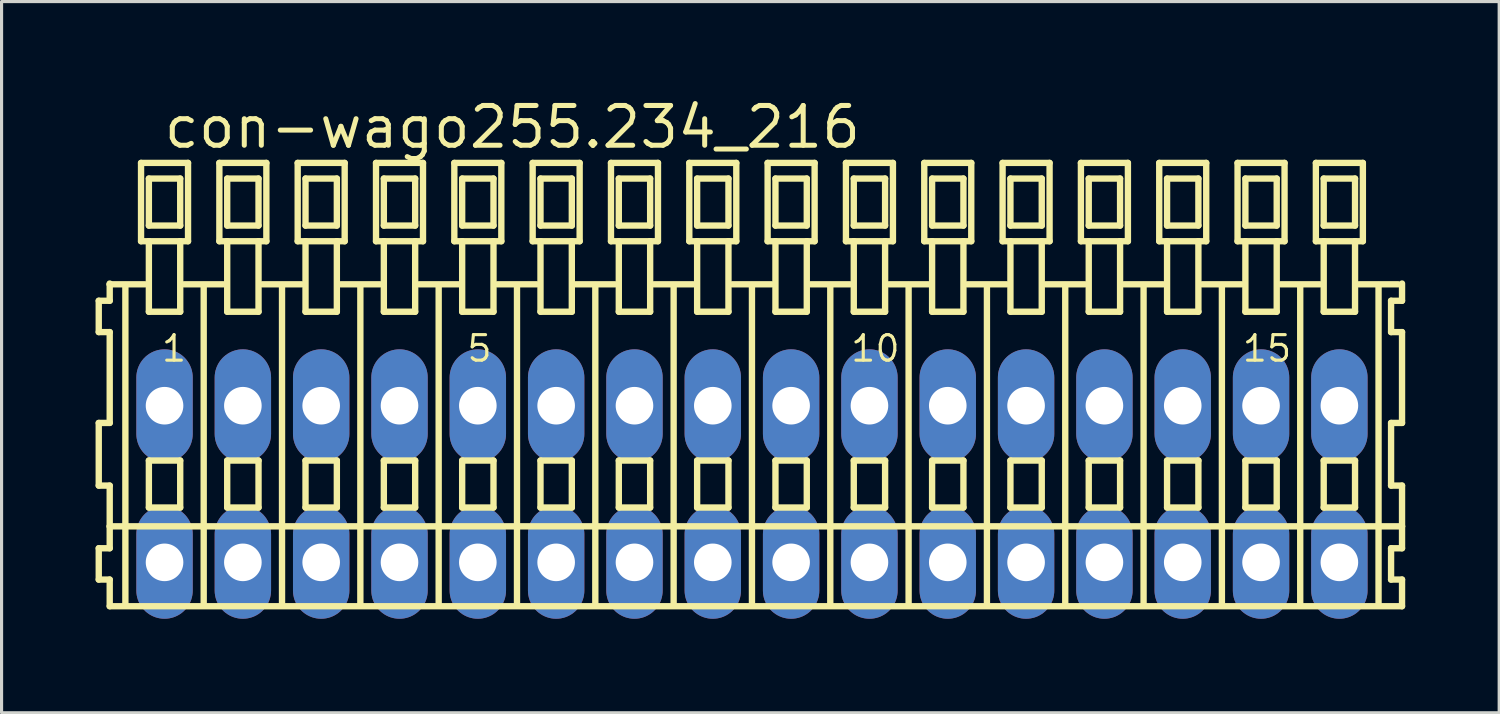
<source format=kicad_pcb>
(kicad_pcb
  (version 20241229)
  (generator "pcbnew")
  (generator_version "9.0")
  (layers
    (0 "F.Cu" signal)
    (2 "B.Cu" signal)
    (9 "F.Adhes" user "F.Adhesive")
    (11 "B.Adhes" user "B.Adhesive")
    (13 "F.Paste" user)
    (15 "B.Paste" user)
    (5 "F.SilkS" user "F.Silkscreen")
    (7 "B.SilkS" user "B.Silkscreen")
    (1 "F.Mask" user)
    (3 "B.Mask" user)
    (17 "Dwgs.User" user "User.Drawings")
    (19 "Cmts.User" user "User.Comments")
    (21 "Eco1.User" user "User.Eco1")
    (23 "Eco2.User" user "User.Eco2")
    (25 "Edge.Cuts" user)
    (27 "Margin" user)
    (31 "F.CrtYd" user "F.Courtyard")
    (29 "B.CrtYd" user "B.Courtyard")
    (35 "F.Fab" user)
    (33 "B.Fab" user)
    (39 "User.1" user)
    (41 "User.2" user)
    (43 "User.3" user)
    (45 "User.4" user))
  (footprint "con-wago255.234_216"
    (layer "F.Cu")
    (at 20.952 12.4)
    (property "Reference" "con-wago255.234_216" (at -18.85 -10.65 0) (layer "F.SilkS") (effects (font (size 1.27 1.27) (thickness 0.16)) (justify left bottom)))
    (attr through_hole)
    (fp_line (start -20.85 -5.85) (end -20.85 -4.85) (stroke (width 0.203) (type default)) (layer "F.SilkS"))
    (fp_line (start -20.85 -4.85) (end -20.5 -4.85) (stroke (width 0.203) (type default)) (layer "F.SilkS"))
    (fp_line (start -20.85 -1.95) (end -20.85 0.05) (stroke (width 0.203) (type default)) (layer "F.SilkS"))
    (fp_line (start -20.85 0.05) (end -20.5 0.05) (stroke (width 0.203) (type default)) (layer "F.SilkS"))
    (fp_line (start -20.85 2.05) (end -20.85 3.05) (stroke (width 0.203) (type default)) (layer "F.SilkS"))
    (fp_line (start -20.85 3.05) (end -20.5 3.05) (stroke (width 0.203) (type default)) (layer "F.SilkS"))
    (fp_line (start -20.5 -6.4) (end -20.5 -6.375) (stroke (width 0.203) (type default)) (layer "F.SilkS"))
    (fp_line (start -20.5 -6.375) (end -20.5 -5.85) (stroke (width 0.203) (type default)) (layer "F.SilkS"))
    (fp_line (start -20.5 -6.375) (end -19.375 -6.375) (stroke (width 0.203) (type default)) (layer "F.SilkS"))
    (fp_line (start -20.5 -5.85) (end -20.85 -5.85) (stroke (width 0.203) (type default)) (layer "F.SilkS"))
    (fp_line (start -20.5 -4.85) (end -20.5 -1.95) (stroke (width 0.203) (type default)) (layer "F.SilkS"))
    (fp_line (start -20.5 -1.95) (end -20.85 -1.95) (stroke (width 0.203) (type default)) (layer "F.SilkS"))
    (fp_line (start -20.5 0.05) (end -20.5 1.35) (stroke (width 0.203) (type default)) (layer "F.SilkS"))
    (fp_line (start -20.5 1.35) (end -20.5 2.05) (stroke (width 0.203) (type default)) (layer "F.SilkS"))
    (fp_line (start -20.5 1.35) (end 20.75 1.35) (stroke (width 0.203) (type default)) (layer "F.SilkS"))
    (fp_line (start -20.5 2.05) (end -20.85 2.05) (stroke (width 0.203) (type default)) (layer "F.SilkS"))
    (fp_line (start -20.5 3.05) (end -20.5 3.9) (stroke (width 0.203) (type default)) (layer "F.SilkS"))
    (fp_line (start -20.5 3.9) (end 20.75 3.9) (stroke (width 0.203) (type default)) (layer "F.SilkS"))
    (fp_line (start -20 -6.35) (end -20 3.8) (stroke (width 0.203) (type default)) (layer "F.SilkS"))
    (fp_line (start -19.5 -10.25) (end -19.5 -7.75) (stroke (width 0.203) (type default)) (layer "F.SilkS"))
    (fp_line (start -19.5 -7.75) (end -19.25 -7.75) (stroke (width 0.203) (type default)) (layer "F.SilkS"))
    (fp_line (start -19.25 -9.75) (end -19.25 -8.25) (stroke (width 0.203) (type default)) (layer "F.SilkS"))
    (fp_line (start -19.25 -8.25) (end -18.25 -8.25) (stroke (width 0.203) (type default)) (layer "F.SilkS"))
    (fp_line (start -19.25 -7.75) (end -19.25 -5.5) (stroke (width 0.203) (type default)) (layer "F.SilkS"))
    (fp_line (start -19.25 -7.75) (end -18.25 -7.75) (stroke (width 0.203) (type default)) (layer "F.SilkS"))
    (fp_line (start -19.25 -5.5) (end -18.25 -5.5) (stroke (width 0.203) (type default)) (layer "F.SilkS"))
    (fp_line (start -19.25 -0.75) (end -19.25 0.75) (stroke (width 0.203) (type default)) (layer "F.SilkS"))
    (fp_line (start -19.25 0.75) (end -18.25 0.75) (stroke (width 0.203) (type default)) (layer "F.SilkS"))
    (fp_line (start -18.25 -9.75) (end -19.25 -9.75) (stroke (width 0.203) (type default)) (layer "F.SilkS"))
    (fp_line (start -18.25 -8.25) (end -18.25 -9.75) (stroke (width 0.203) (type default)) (layer "F.SilkS"))
    (fp_line (start -18.25 -7.75) (end -18 -7.75) (stroke (width 0.203) (type default)) (layer "F.SilkS"))
    (fp_line (start -18.25 -5.5) (end -18.25 -7.75) (stroke (width 0.203) (type default)) (layer "F.SilkS"))
    (fp_line (start -18.25 -0.75) (end -19.25 -0.75) (stroke (width 0.203) (type default)) (layer "F.SilkS"))
    (fp_line (start -18.25 0.75) (end -18.25 -0.75) (stroke (width 0.203) (type default)) (layer "F.SilkS"))
    (fp_line (start -18.125 -6.375) (end -16.875 -6.375) (stroke (width 0.203) (type default)) (layer "F.SilkS"))
    (fp_line (start -18 -10.25) (end -19.5 -10.25) (stroke (width 0.203) (type default)) (layer "F.SilkS"))
    (fp_line (start -18 -7.75) (end -18 -10.25) (stroke (width 0.203) (type default)) (layer "F.SilkS"))
    (fp_line (start -17.5 -6.35) (end -17.5 3.8) (stroke (width 0.203) (type default)) (layer "F.SilkS"))
    (fp_line (start -17 -10.25) (end -17 -7.75) (stroke (width 0.203) (type default)) (layer "F.SilkS"))
    (fp_line (start -17 -7.75) (end -16.75 -7.75) (stroke (width 0.203) (type default)) (layer "F.SilkS"))
    (fp_line (start -16.75 -9.75) (end -16.75 -8.25) (stroke (width 0.203) (type default)) (layer "F.SilkS"))
    (fp_line (start -16.75 -8.25) (end -15.75 -8.25) (stroke (width 0.203) (type default)) (layer "F.SilkS"))
    (fp_line (start -16.75 -7.75) (end -16.75 -5.5) (stroke (width 0.203) (type default)) (layer "F.SilkS"))
    (fp_line (start -16.75 -7.75) (end -15.75 -7.75) (stroke (width 0.203) (type default)) (layer "F.SilkS"))
    (fp_line (start -16.75 -5.5) (end -15.75 -5.5) (stroke (width 0.203) (type default)) (layer "F.SilkS"))
    (fp_line (start -16.75 -0.75) (end -16.75 0.75) (stroke (width 0.203) (type default)) (layer "F.SilkS"))
    (fp_line (start -16.75 0.75) (end -15.75 0.75) (stroke (width 0.203) (type default)) (layer "F.SilkS"))
    (fp_line (start -15.75 -9.75) (end -16.75 -9.75) (stroke (width 0.203) (type default)) (layer "F.SilkS"))
    (fp_line (start -15.75 -8.25) (end -15.75 -9.75) (stroke (width 0.203) (type default)) (layer "F.SilkS"))
    (fp_line (start -15.75 -7.75) (end -15.5 -7.75) (stroke (width 0.203) (type default)) (layer "F.SilkS"))
    (fp_line (start -15.75 -5.5) (end -15.75 -7.75) (stroke (width 0.203) (type default)) (layer "F.SilkS"))
    (fp_line (start -15.75 -0.75) (end -16.75 -0.75) (stroke (width 0.203) (type default)) (layer "F.SilkS"))
    (fp_line (start -15.75 0.75) (end -15.75 -0.75) (stroke (width 0.203) (type default)) (layer "F.SilkS"))
    (fp_line (start -15.625 -6.375) (end -14.375 -6.375) (stroke (width 0.203) (type default)) (layer "F.SilkS"))
    (fp_line (start -15.5 -10.25) (end -17 -10.25) (stroke (width 0.203) (type default)) (layer "F.SilkS"))
    (fp_line (start -15.5 -7.75) (end -15.5 -10.25) (stroke (width 0.203) (type default)) (layer "F.SilkS"))
    (fp_line (start -15 -6.35) (end -15 3.8) (stroke (width 0.203) (type default)) (layer "F.SilkS"))
    (fp_line (start -14.5 -10.25) (end -14.5 -7.75) (stroke (width 0.203) (type default)) (layer "F.SilkS"))
    (fp_line (start -14.5 -7.75) (end -14.25 -7.75) (stroke (width 0.203) (type default)) (layer "F.SilkS"))
    (fp_line (start -14.25 -9.75) (end -14.25 -8.25) (stroke (width 0.203) (type default)) (layer "F.SilkS"))
    (fp_line (start -14.25 -8.25) (end -13.25 -8.25) (stroke (width 0.203) (type default)) (layer "F.SilkS"))
    (fp_line (start -14.25 -7.75) (end -14.25 -5.5) (stroke (width 0.203) (type default)) (layer "F.SilkS"))
    (fp_line (start -14.25 -7.75) (end -13.25 -7.75) (stroke (width 0.203) (type default)) (layer "F.SilkS"))
    (fp_line (start -14.25 -5.5) (end -13.25 -5.5) (stroke (width 0.203) (type default)) (layer "F.SilkS"))
    (fp_line (start -14.25 -0.75) (end -14.25 0.75) (stroke (width 0.203) (type default)) (layer "F.SilkS"))
    (fp_line (start -14.25 0.75) (end -13.25 0.75) (stroke (width 0.203) (type default)) (layer "F.SilkS"))
    (fp_line (start -13.25 -9.75) (end -14.25 -9.75) (stroke (width 0.203) (type default)) (layer "F.SilkS"))
    (fp_line (start -13.25 -8.25) (end -13.25 -9.75) (stroke (width 0.203) (type default)) (layer "F.SilkS"))
    (fp_line (start -13.25 -7.75) (end -13 -7.75) (stroke (width 0.203) (type default)) (layer "F.SilkS"))
    (fp_line (start -13.25 -5.5) (end -13.25 -7.75) (stroke (width 0.203) (type default)) (layer "F.SilkS"))
    (fp_line (start -13.25 -0.75) (end -14.25 -0.75) (stroke (width 0.203) (type default)) (layer "F.SilkS"))
    (fp_line (start -13.25 0.75) (end -13.25 -0.75) (stroke (width 0.203) (type default)) (layer "F.SilkS"))
    (fp_line (start -13.125 -6.375) (end -11.875 -6.375) (stroke (width 0.203) (type default)) (layer "F.SilkS"))
    (fp_line (start -13 -10.25) (end -14.5 -10.25) (stroke (width 0.203) (type default)) (layer "F.SilkS"))
    (fp_line (start -13 -7.75) (end -13 -10.25) (stroke (width 0.203) (type default)) (layer "F.SilkS"))
    (fp_line (start -12.5 -6.35) (end -12.5 3.8) (stroke (width 0.203) (type default)) (layer "F.SilkS"))
    (fp_line (start -12 -10.25) (end -12 -7.75) (stroke (width 0.203) (type default)) (layer "F.SilkS"))
    (fp_line (start -12 -7.75) (end -11.75 -7.75) (stroke (width 0.203) (type default)) (layer "F.SilkS"))
    (fp_line (start -11.75 -9.75) (end -11.75 -8.25) (stroke (width 0.203) (type default)) (layer "F.SilkS"))
    (fp_line (start -11.75 -8.25) (end -10.75 -8.25) (stroke (width 0.203) (type default)) (layer "F.SilkS"))
    (fp_line (start -11.75 -7.75) (end -11.75 -5.5) (stroke (width 0.203) (type default)) (layer "F.SilkS"))
    (fp_line (start -11.75 -7.75) (end -10.75 -7.75) (stroke (width 0.203) (type default)) (layer "F.SilkS"))
    (fp_line (start -11.75 -5.5) (end -10.75 -5.5) (stroke (width 0.203) (type default)) (layer "F.SilkS"))
    (fp_line (start -11.75 -0.75) (end -11.75 0.75) (stroke (width 0.203) (type default)) (layer "F.SilkS"))
    (fp_line (start -11.75 0.75) (end -10.75 0.75) (stroke (width 0.203) (type default)) (layer "F.SilkS"))
    (fp_line (start -10.75 -9.75) (end -11.75 -9.75) (stroke (width 0.203) (type default)) (layer "F.SilkS"))
    (fp_line (start -10.75 -8.25) (end -10.75 -9.75) (stroke (width 0.203) (type default)) (layer "F.SilkS"))
    (fp_line (start -10.75 -7.75) (end -10.5 -7.75) (stroke (width 0.203) (type default)) (layer "F.SilkS"))
    (fp_line (start -10.75 -5.5) (end -10.75 -7.75) (stroke (width 0.203) (type default)) (layer "F.SilkS"))
    (fp_line (start -10.75 -0.75) (end -11.75 -0.75) (stroke (width 0.203) (type default)) (layer "F.SilkS"))
    (fp_line (start -10.75 0.75) (end -10.75 -0.75) (stroke (width 0.203) (type default)) (layer "F.SilkS"))
    (fp_line (start -10.625 -6.375) (end -9.375 -6.375) (stroke (width 0.203) (type default)) (layer "F.SilkS"))
    (fp_line (start -10.5 -10.25) (end -12 -10.25) (stroke (width 0.203) (type default)) (layer "F.SilkS"))
    (fp_line (start -10.5 -7.75) (end -10.5 -10.25) (stroke (width 0.203) (type default)) (layer "F.SilkS"))
    (fp_line (start -10 -6.35) (end -10 3.8) (stroke (width 0.203) (type default)) (layer "F.SilkS"))
    (fp_line (start -9.5 -10.25) (end -9.5 -7.75) (stroke (width 0.203) (type default)) (layer "F.SilkS"))
    (fp_line (start -9.5 -7.75) (end -9.25 -7.75) (stroke (width 0.203) (type default)) (layer "F.SilkS"))
    (fp_line (start -9.25 -9.75) (end -9.25 -8.25) (stroke (width 0.203) (type default)) (layer "F.SilkS"))
    (fp_line (start -9.25 -8.25) (end -8.25 -8.25) (stroke (width 0.203) (type default)) (layer "F.SilkS"))
    (fp_line (start -9.25 -7.75) (end -9.25 -5.5) (stroke (width 0.203) (type default)) (layer "F.SilkS"))
    (fp_line (start -9.25 -7.75) (end -8.25 -7.75) (stroke (width 0.203) (type default)) (layer "F.SilkS"))
    (fp_line (start -9.25 -5.5) (end -8.25 -5.5) (stroke (width 0.203) (type default)) (layer "F.SilkS"))
    (fp_line (start -9.25 -0.75) (end -9.25 0.75) (stroke (width 0.203) (type default)) (layer "F.SilkS"))
    (fp_line (start -9.25 0.75) (end -8.25 0.75) (stroke (width 0.203) (type default)) (layer "F.SilkS"))
    (fp_line (start -8.25 -9.75) (end -9.25 -9.75) (stroke (width 0.203) (type default)) (layer "F.SilkS"))
    (fp_line (start -8.25 -8.25) (end -8.25 -9.75) (stroke (width 0.203) (type default)) (layer "F.SilkS"))
    (fp_line (start -8.25 -7.75) (end -8 -7.75) (stroke (width 0.203) (type default)) (layer "F.SilkS"))
    (fp_line (start -8.25 -5.5) (end -8.25 -7.75) (stroke (width 0.203) (type default)) (layer "F.SilkS"))
    (fp_line (start -8.25 -0.75) (end -9.25 -0.75) (stroke (width 0.203) (type default)) (layer "F.SilkS"))
    (fp_line (start -8.25 0.75) (end -8.25 -0.75) (stroke (width 0.203) (type default)) (layer "F.SilkS"))
    (fp_line (start -8.125 -6.375) (end -6.875 -6.375) (stroke (width 0.203) (type default)) (layer "F.SilkS"))
    (fp_line (start -8 -10.25) (end -9.5 -10.25) (stroke (width 0.203) (type default)) (layer "F.SilkS"))
    (fp_line (start -8 -7.75) (end -8 -10.25) (stroke (width 0.203) (type default)) (layer "F.SilkS"))
    (fp_line (start -7.5 -6.35) (end -7.5 3.8) (stroke (width 0.203) (type default)) (layer "F.SilkS"))
    (fp_line (start -7 -10.25) (end -7 -7.75) (stroke (width 0.203) (type default)) (layer "F.SilkS"))
    (fp_line (start -7 -7.75) (end -6.75 -7.75) (stroke (width 0.203) (type default)) (layer "F.SilkS"))
    (fp_line (start -6.75 -9.75) (end -6.75 -8.25) (stroke (width 0.203) (type default)) (layer "F.SilkS"))
    (fp_line (start -6.75 -8.25) (end -5.75 -8.25) (stroke (width 0.203) (type default)) (layer "F.SilkS"))
    (fp_line (start -6.75 -7.75) (end -6.75 -5.5) (stroke (width 0.203) (type default)) (layer "F.SilkS"))
    (fp_line (start -6.75 -7.75) (end -5.75 -7.75) (stroke (width 0.203) (type default)) (layer "F.SilkS"))
    (fp_line (start -6.75 -5.5) (end -5.75 -5.5) (stroke (width 0.203) (type default)) (layer "F.SilkS"))
    (fp_line (start -6.75 -0.75) (end -6.75 0.75) (stroke (width 0.203) (type default)) (layer "F.SilkS"))
    (fp_line (start -6.75 0.75) (end -5.75 0.75) (stroke (width 0.203) (type default)) (layer "F.SilkS"))
    (fp_line (start -5.75 -9.75) (end -6.75 -9.75) (stroke (width 0.203) (type default)) (layer "F.SilkS"))
    (fp_line (start -5.75 -8.25) (end -5.75 -9.75) (stroke (width 0.203) (type default)) (layer "F.SilkS"))
    (fp_line (start -5.75 -7.75) (end -5.5 -7.75) (stroke (width 0.203) (type default)) (layer "F.SilkS"))
    (fp_line (start -5.75 -5.5) (end -5.75 -7.75) (stroke (width 0.203) (type default)) (layer "F.SilkS"))
    (fp_line (start -5.75 -0.75) (end -6.75 -0.75) (stroke (width 0.203) (type default)) (layer "F.SilkS"))
    (fp_line (start -5.75 0.75) (end -5.75 -0.75) (stroke (width 0.203) (type default)) (layer "F.SilkS"))
    (fp_line (start -5.625 -6.375) (end -4.375 -6.375) (stroke (width 0.203) (type default)) (layer "F.SilkS"))
    (fp_line (start -5.5 -10.25) (end -7 -10.25) (stroke (width 0.203) (type default)) (layer "F.SilkS"))
    (fp_line (start -5.5 -7.75) (end -5.5 -10.25) (stroke (width 0.203) (type default)) (layer "F.SilkS"))
    (fp_line (start -5 -6.35) (end -5 3.8) (stroke (width 0.203) (type default)) (layer "F.SilkS"))
    (fp_line (start -4.5 -10.25) (end -4.5 -7.75) (stroke (width 0.203) (type default)) (layer "F.SilkS"))
    (fp_line (start -4.5 -7.75) (end -4.25 -7.75) (stroke (width 0.203) (type default)) (layer "F.SilkS"))
    (fp_line (start -4.25 -9.75) (end -4.25 -8.25) (stroke (width 0.203) (type default)) (layer "F.SilkS"))
    (fp_line (start -4.25 -8.25) (end -3.25 -8.25) (stroke (width 0.203) (type default)) (layer "F.SilkS"))
    (fp_line (start -4.25 -7.75) (end -4.25 -5.5) (stroke (width 0.203) (type default)) (layer "F.SilkS"))
    (fp_line (start -4.25 -7.75) (end -3.25 -7.75) (stroke (width 0.203) (type default)) (layer "F.SilkS"))
    (fp_line (start -4.25 -5.5) (end -3.25 -5.5) (stroke (width 0.203) (type default)) (layer "F.SilkS"))
    (fp_line (start -4.25 -0.75) (end -4.25 0.75) (stroke (width 0.203) (type default)) (layer "F.SilkS"))
    (fp_line (start -4.25 0.75) (end -3.25 0.75) (stroke (width 0.203) (type default)) (layer "F.SilkS"))
    (fp_line (start -3.25 -9.75) (end -4.25 -9.75) (stroke (width 0.203) (type default)) (layer "F.SilkS"))
    (fp_line (start -3.25 -8.25) (end -3.25 -9.75) (stroke (width 0.203) (type default)) (layer "F.SilkS"))
    (fp_line (start -3.25 -7.75) (end -3 -7.75) (stroke (width 0.203) (type default)) (layer "F.SilkS"))
    (fp_line (start -3.25 -5.5) (end -3.25 -7.75) (stroke (width 0.203) (type default)) (layer "F.SilkS"))
    (fp_line (start -3.25 -0.75) (end -4.25 -0.75) (stroke (width 0.203) (type default)) (layer "F.SilkS"))
    (fp_line (start -3.25 0.75) (end -3.25 -0.75) (stroke (width 0.203) (type default)) (layer "F.SilkS"))
    (fp_line (start -3.125 -6.375) (end -1.875 -6.375) (stroke (width 0.203) (type default)) (layer "F.SilkS"))
    (fp_line (start -3 -10.25) (end -4.5 -10.25) (stroke (width 0.203) (type default)) (layer "F.SilkS"))
    (fp_line (start -3 -7.75) (end -3 -10.25) (stroke (width 0.203) (type default)) (layer "F.SilkS"))
    (fp_line (start -2.5 -6.35) (end -2.5 3.8) (stroke (width 0.203) (type default)) (layer "F.SilkS"))
    (fp_line (start -2 -10.25) (end -2 -7.75) (stroke (width 0.203) (type default)) (layer "F.SilkS"))
    (fp_line (start -2 -7.75) (end -1.75 -7.75) (stroke (width 0.203) (type default)) (layer "F.SilkS"))
    (fp_line (start -1.75 -9.75) (end -1.75 -8.25) (stroke (width 0.203) (type default)) (layer "F.SilkS"))
    (fp_line (start -1.75 -8.25) (end -0.75 -8.25) (stroke (width 0.203) (type default)) (layer "F.SilkS"))
    (fp_line (start -1.75 -7.75) (end -1.75 -5.5) (stroke (width 0.203) (type default)) (layer "F.SilkS"))
    (fp_line (start -1.75 -7.75) (end -0.75 -7.75) (stroke (width 0.203) (type default)) (layer "F.SilkS"))
    (fp_line (start -1.75 -5.5) (end -0.75 -5.5) (stroke (width 0.203) (type default)) (layer "F.SilkS"))
    (fp_line (start -1.75 -0.75) (end -1.75 0.75) (stroke (width 0.203) (type default)) (layer "F.SilkS"))
    (fp_line (start -1.75 0.75) (end -0.75 0.75) (stroke (width 0.203) (type default)) (layer "F.SilkS"))
    (fp_line (start -0.75 -9.75) (end -1.75 -9.75) (stroke (width 0.203) (type default)) (layer "F.SilkS"))
    (fp_line (start -0.75 -8.25) (end -0.75 -9.75) (stroke (width 0.203) (type default)) (layer "F.SilkS"))
    (fp_line (start -0.75 -7.75) (end -0.5 -7.75) (stroke (width 0.203) (type default)) (layer "F.SilkS"))
    (fp_line (start -0.75 -5.5) (end -0.75 -7.75) (stroke (width 0.203) (type default)) (layer "F.SilkS"))
    (fp_line (start -0.75 -0.75) (end -1.75 -0.75) (stroke (width 0.203) (type default)) (layer "F.SilkS"))
    (fp_line (start -0.75 0.75) (end -0.75 -0.75) (stroke (width 0.203) (type default)) (layer "F.SilkS"))
    (fp_line (start -0.625 -6.375) (end 0.625 -6.375) (stroke (width 0.203) (type default)) (layer "F.SilkS"))
    (fp_line (start -0.5 -10.25) (end -2 -10.25) (stroke (width 0.203) (type default)) (layer "F.SilkS"))
    (fp_line (start -0.5 -7.75) (end -0.5 -10.25) (stroke (width 0.203) (type default)) (layer "F.SilkS"))
    (fp_line (start 0 -6.35) (end 0 3.8) (stroke (width 0.203) (type default)) (layer "F.SilkS"))
    (fp_line (start 0.5 -10.25) (end 0.5 -7.75) (stroke (width 0.203) (type default)) (layer "F.SilkS"))
    (fp_line (start 0.5 -7.75) (end 0.75 -7.75) (stroke (width 0.203) (type default)) (layer "F.SilkS"))
    (fp_line (start 0.75 -9.75) (end 0.75 -8.25) (stroke (width 0.203) (type default)) (layer "F.SilkS"))
    (fp_line (start 0.75 -8.25) (end 1.75 -8.25) (stroke (width 0.203) (type default)) (layer "F.SilkS"))
    (fp_line (start 0.75 -7.75) (end 0.75 -5.5) (stroke (width 0.203) (type default)) (layer "F.SilkS"))
    (fp_line (start 0.75 -7.75) (end 1.75 -7.75) (stroke (width 0.203) (type default)) (layer "F.SilkS"))
    (fp_line (start 0.75 -5.5) (end 1.75 -5.5) (stroke (width 0.203) (type default)) (layer "F.SilkS"))
    (fp_line (start 0.75 -0.75) (end 0.75 0.75) (stroke (width 0.203) (type default)) (layer "F.SilkS"))
    (fp_line (start 0.75 0.75) (end 1.75 0.75) (stroke (width 0.203) (type default)) (layer "F.SilkS"))
    (fp_line (start 1.75 -9.75) (end 0.75 -9.75) (stroke (width 0.203) (type default)) (layer "F.SilkS"))
    (fp_line (start 1.75 -8.25) (end 1.75 -9.75) (stroke (width 0.203) (type default)) (layer "F.SilkS"))
    (fp_line (start 1.75 -7.75) (end 2 -7.75) (stroke (width 0.203) (type default)) (layer "F.SilkS"))
    (fp_line (start 1.75 -5.5) (end 1.75 -7.75) (stroke (width 0.203) (type default)) (layer "F.SilkS"))
    (fp_line (start 1.75 -0.75) (end 0.75 -0.75) (stroke (width 0.203) (type default)) (layer "F.SilkS"))
    (fp_line (start 1.75 0.75) (end 1.75 -0.75) (stroke (width 0.203) (type default)) (layer "F.SilkS"))
    (fp_line (start 1.875 -6.375) (end 3.125 -6.375) (stroke (width 0.203) (type default)) (layer "F.SilkS"))
    (fp_line (start 2 -10.25) (end 0.5 -10.25) (stroke (width 0.203) (type default)) (layer "F.SilkS"))
    (fp_line (start 2 -7.75) (end 2 -10.25) (stroke (width 0.203) (type default)) (layer "F.SilkS"))
    (fp_line (start 2.5 -6.35) (end 2.5 3.8) (stroke (width 0.203) (type default)) (layer "F.SilkS"))
    (fp_line (start 3 -10.25) (end 3 -7.75) (stroke (width 0.203) (type default)) (layer "F.SilkS"))
    (fp_line (start 3 -7.75) (end 3.25 -7.75) (stroke (width 0.203) (type default)) (layer "F.SilkS"))
    (fp_line (start 3.25 -9.75) (end 3.25 -8.25) (stroke (width 0.203) (type default)) (layer "F.SilkS"))
    (fp_line (start 3.25 -8.25) (end 4.25 -8.25) (stroke (width 0.203) (type default)) (layer "F.SilkS"))
    (fp_line (start 3.25 -7.75) (end 3.25 -5.5) (stroke (width 0.203) (type default)) (layer "F.SilkS"))
    (fp_line (start 3.25 -7.75) (end 4.25 -7.75) (stroke (width 0.203) (type default)) (layer "F.SilkS"))
    (fp_line (start 3.25 -5.5) (end 4.25 -5.5) (stroke (width 0.203) (type default)) (layer "F.SilkS"))
    (fp_line (start 3.25 -0.75) (end 3.25 0.75) (stroke (width 0.203) (type default)) (layer "F.SilkS"))
    (fp_line (start 3.25 0.75) (end 4.25 0.75) (stroke (width 0.203) (type default)) (layer "F.SilkS"))
    (fp_line (start 4.25 -9.75) (end 3.25 -9.75) (stroke (width 0.203) (type default)) (layer "F.SilkS"))
    (fp_line (start 4.25 -8.25) (end 4.25 -9.75) (stroke (width 0.203) (type default)) (layer "F.SilkS"))
    (fp_line (start 4.25 -7.75) (end 4.5 -7.75) (stroke (width 0.203) (type default)) (layer "F.SilkS"))
    (fp_line (start 4.25 -5.5) (end 4.25 -7.75) (stroke (width 0.203) (type default)) (layer "F.SilkS"))
    (fp_line (start 4.25 -0.75) (end 3.25 -0.75) (stroke (width 0.203) (type default)) (layer "F.SilkS"))
    (fp_line (start 4.25 0.75) (end 4.25 -0.75) (stroke (width 0.203) (type default)) (layer "F.SilkS"))
    (fp_line (start 4.375 -6.375) (end 5.625 -6.375) (stroke (width 0.203) (type default)) (layer "F.SilkS"))
    (fp_line (start 4.5 -10.25) (end 3 -10.25) (stroke (width 0.203) (type default)) (layer "F.SilkS"))
    (fp_line (start 4.5 -7.75) (end 4.5 -10.25) (stroke (width 0.203) (type default)) (layer "F.SilkS"))
    (fp_line (start 5 -6.35) (end 5 3.8) (stroke (width 0.203) (type default)) (layer "F.SilkS"))
    (fp_line (start 5.5 -10.25) (end 5.5 -7.75) (stroke (width 0.203) (type default)) (layer "F.SilkS"))
    (fp_line (start 5.5 -7.75) (end 5.75 -7.75) (stroke (width 0.203) (type default)) (layer "F.SilkS"))
    (fp_line (start 5.75 -9.75) (end 5.75 -8.25) (stroke (width 0.203) (type default)) (layer "F.SilkS"))
    (fp_line (start 5.75 -8.25) (end 6.75 -8.25) (stroke (width 0.203) (type default)) (layer "F.SilkS"))
    (fp_line (start 5.75 -7.75) (end 5.75 -5.5) (stroke (width 0.203) (type default)) (layer "F.SilkS"))
    (fp_line (start 5.75 -7.75) (end 6.75 -7.75) (stroke (width 0.203) (type default)) (layer "F.SilkS"))
    (fp_line (start 5.75 -5.5) (end 6.75 -5.5) (stroke (width 0.203) (type default)) (layer "F.SilkS"))
    (fp_line (start 5.75 -0.75) (end 5.75 0.75) (stroke (width 0.203) (type default)) (layer "F.SilkS"))
    (fp_line (start 5.75 0.75) (end 6.75 0.75) (stroke (width 0.203) (type default)) (layer "F.SilkS"))
    (fp_line (start 6.75 -9.75) (end 5.75 -9.75) (stroke (width 0.203) (type default)) (layer "F.SilkS"))
    (fp_line (start 6.75 -8.25) (end 6.75 -9.75) (stroke (width 0.203) (type default)) (layer "F.SilkS"))
    (fp_line (start 6.75 -7.75) (end 7 -7.75) (stroke (width 0.203) (type default)) (layer "F.SilkS"))
    (fp_line (start 6.75 -5.5) (end 6.75 -7.75) (stroke (width 0.203) (type default)) (layer "F.SilkS"))
    (fp_line (start 6.75 -0.75) (end 5.75 -0.75) (stroke (width 0.203) (type default)) (layer "F.SilkS"))
    (fp_line (start 6.75 0.75) (end 6.75 -0.75) (stroke (width 0.203) (type default)) (layer "F.SilkS"))
    (fp_line (start 6.875 -6.375) (end 8.125 -6.375) (stroke (width 0.203) (type default)) (layer "F.SilkS"))
    (fp_line (start 7 -10.25) (end 5.5 -10.25) (stroke (width 0.203) (type default)) (layer "F.SilkS"))
    (fp_line (start 7 -7.75) (end 7 -10.25) (stroke (width 0.203) (type default)) (layer "F.SilkS"))
    (fp_line (start 7.5 -6.35) (end 7.5 3.8) (stroke (width 0.203) (type default)) (layer "F.SilkS"))
    (fp_line (start 8 -10.25) (end 8 -7.75) (stroke (width 0.203) (type default)) (layer "F.SilkS"))
    (fp_line (start 8 -7.75) (end 8.25 -7.75) (stroke (width 0.203) (type default)) (layer "F.SilkS"))
    (fp_line (start 8.25 -9.75) (end 8.25 -8.25) (stroke (width 0.203) (type default)) (layer "F.SilkS"))
    (fp_line (start 8.25 -8.25) (end 9.25 -8.25) (stroke (width 0.203) (type default)) (layer "F.SilkS"))
    (fp_line (start 8.25 -7.75) (end 8.25 -5.5) (stroke (width 0.203) (type default)) (layer "F.SilkS"))
    (fp_line (start 8.25 -7.75) (end 9.25 -7.75) (stroke (width 0.203) (type default)) (layer "F.SilkS"))
    (fp_line (start 8.25 -5.5) (end 9.25 -5.5) (stroke (width 0.203) (type default)) (layer "F.SilkS"))
    (fp_line (start 8.25 -0.75) (end 8.25 0.75) (stroke (width 0.203) (type default)) (layer "F.SilkS"))
    (fp_line (start 8.25 0.75) (end 9.25 0.75) (stroke (width 0.203) (type default)) (layer "F.SilkS"))
    (fp_line (start 9.25 -9.75) (end 8.25 -9.75) (stroke (width 0.203) (type default)) (layer "F.SilkS"))
    (fp_line (start 9.25 -8.25) (end 9.25 -9.75) (stroke (width 0.203) (type default)) (layer "F.SilkS"))
    (fp_line (start 9.25 -7.75) (end 9.5 -7.75) (stroke (width 0.203) (type default)) (layer "F.SilkS"))
    (fp_line (start 9.25 -5.5) (end 9.25 -7.75) (stroke (width 0.203) (type default)) (layer "F.SilkS"))
    (fp_line (start 9.25 -0.75) (end 8.25 -0.75) (stroke (width 0.203) (type default)) (layer "F.SilkS"))
    (fp_line (start 9.25 0.75) (end 9.25 -0.75) (stroke (width 0.203) (type default)) (layer "F.SilkS"))
    (fp_line (start 9.375 -6.375) (end 10.625 -6.375) (stroke (width 0.203) (type default)) (layer "F.SilkS"))
    (fp_line (start 9.5 -10.25) (end 8 -10.25) (stroke (width 0.203) (type default)) (layer "F.SilkS"))
    (fp_line (start 9.5 -7.75) (end 9.5 -10.25) (stroke (width 0.203) (type default)) (layer "F.SilkS"))
    (fp_line (start 10 -6.35) (end 10 3.8) (stroke (width 0.203) (type default)) (layer "F.SilkS"))
    (fp_line (start 10.5 -10.25) (end 10.5 -7.75) (stroke (width 0.203) (type default)) (layer "F.SilkS"))
    (fp_line (start 10.5 -7.75) (end 10.75 -7.75) (stroke (width 0.203) (type default)) (layer "F.SilkS"))
    (fp_line (start 10.75 -9.75) (end 10.75 -8.25) (stroke (width 0.203) (type default)) (layer "F.SilkS"))
    (fp_line (start 10.75 -8.25) (end 11.75 -8.25) (stroke (width 0.203) (type default)) (layer "F.SilkS"))
    (fp_line (start 10.75 -7.75) (end 10.75 -5.5) (stroke (width 0.203) (type default)) (layer "F.SilkS"))
    (fp_line (start 10.75 -7.75) (end 11.75 -7.75) (stroke (width 0.203) (type default)) (layer "F.SilkS"))
    (fp_line (start 10.75 -5.5) (end 11.75 -5.5) (stroke (width 0.203) (type default)) (layer "F.SilkS"))
    (fp_line (start 10.75 -0.75) (end 10.75 0.75) (stroke (width 0.203) (type default)) (layer "F.SilkS"))
    (fp_line (start 10.75 0.75) (end 11.75 0.75) (stroke (width 0.203) (type default)) (layer "F.SilkS"))
    (fp_line (start 11.75 -9.75) (end 10.75 -9.75) (stroke (width 0.203) (type default)) (layer "F.SilkS"))
    (fp_line (start 11.75 -8.25) (end 11.75 -9.75) (stroke (width 0.203) (type default)) (layer "F.SilkS"))
    (fp_line (start 11.75 -7.75) (end 12 -7.75) (stroke (width 0.203) (type default)) (layer "F.SilkS"))
    (fp_line (start 11.75 -5.5) (end 11.75 -7.75) (stroke (width 0.203) (type default)) (layer "F.SilkS"))
    (fp_line (start 11.75 -0.75) (end 10.75 -0.75) (stroke (width 0.203) (type default)) (layer "F.SilkS"))
    (fp_line (start 11.75 0.75) (end 11.75 -0.75) (stroke (width 0.203) (type default)) (layer "F.SilkS"))
    (fp_line (start 11.875 -6.375) (end 13.125 -6.375) (stroke (width 0.203) (type default)) (layer "F.SilkS"))
    (fp_line (start 12 -10.25) (end 10.5 -10.25) (stroke (width 0.203) (type default)) (layer "F.SilkS"))
    (fp_line (start 12 -7.75) (end 12 -10.25) (stroke (width 0.203) (type default)) (layer "F.SilkS"))
    (fp_line (start 12.5 -6.35) (end 12.5 3.8) (stroke (width 0.203) (type default)) (layer "F.SilkS"))
    (fp_line (start 13 -10.25) (end 13 -7.75) (stroke (width 0.203) (type default)) (layer "F.SilkS"))
    (fp_line (start 13 -7.75) (end 13.25 -7.75) (stroke (width 0.203) (type default)) (layer "F.SilkS"))
    (fp_line (start 13.25 -9.75) (end 13.25 -8.25) (stroke (width 0.203) (type default)) (layer "F.SilkS"))
    (fp_line (start 13.25 -8.25) (end 14.25 -8.25) (stroke (width 0.203) (type default)) (layer "F.SilkS"))
    (fp_line (start 13.25 -7.75) (end 13.25 -5.5) (stroke (width 0.203) (type default)) (layer "F.SilkS"))
    (fp_line (start 13.25 -7.75) (end 14.25 -7.75) (stroke (width 0.203) (type default)) (layer "F.SilkS"))
    (fp_line (start 13.25 -5.5) (end 14.25 -5.5) (stroke (width 0.203) (type default)) (layer "F.SilkS"))
    (fp_line (start 13.25 -0.75) (end 13.25 0.75) (stroke (width 0.203) (type default)) (layer "F.SilkS"))
    (fp_line (start 13.25 0.75) (end 14.25 0.75) (stroke (width 0.203) (type default)) (layer "F.SilkS"))
    (fp_line (start 14.25 -9.75) (end 13.25 -9.75) (stroke (width 0.203) (type default)) (layer "F.SilkS"))
    (fp_line (start 14.25 -8.25) (end 14.25 -9.75) (stroke (width 0.203) (type default)) (layer "F.SilkS"))
    (fp_line (start 14.25 -7.75) (end 14.5 -7.75) (stroke (width 0.203) (type default)) (layer "F.SilkS"))
    (fp_line (start 14.25 -5.5) (end 14.25 -7.75) (stroke (width 0.203) (type default)) (layer "F.SilkS"))
    (fp_line (start 14.25 -0.75) (end 13.25 -0.75) (stroke (width 0.203) (type default)) (layer "F.SilkS"))
    (fp_line (start 14.25 0.75) (end 14.25 -0.75) (stroke (width 0.203) (type default)) (layer "F.SilkS"))
    (fp_line (start 14.375 -6.375) (end 15.625 -6.375) (stroke (width 0.203) (type default)) (layer "F.SilkS"))
    (fp_line (start 14.5 -10.25) (end 13 -10.25) (stroke (width 0.203) (type default)) (layer "F.SilkS"))
    (fp_line (start 14.5 -7.75) (end 14.5 -10.25) (stroke (width 0.203) (type default)) (layer "F.SilkS"))
    (fp_line (start 15 -6.35) (end 15 3.8) (stroke (width 0.203) (type default)) (layer "F.SilkS"))
    (fp_line (start 15.5 -10.25) (end 15.5 -7.75) (stroke (width 0.203) (type default)) (layer "F.SilkS"))
    (fp_line (start 15.5 -7.75) (end 15.75 -7.75) (stroke (width 0.203) (type default)) (layer "F.SilkS"))
    (fp_line (start 15.75 -9.75) (end 15.75 -8.25) (stroke (width 0.203) (type default)) (layer "F.SilkS"))
    (fp_line (start 15.75 -8.25) (end 16.75 -8.25) (stroke (width 0.203) (type default)) (layer "F.SilkS"))
    (fp_line (start 15.75 -7.75) (end 15.75 -5.5) (stroke (width 0.203) (type default)) (layer "F.SilkS"))
    (fp_line (start 15.75 -7.75) (end 16.75 -7.75) (stroke (width 0.203) (type default)) (layer "F.SilkS"))
    (fp_line (start 15.75 -5.5) (end 16.75 -5.5) (stroke (width 0.203) (type default)) (layer "F.SilkS"))
    (fp_line (start 15.75 -0.75) (end 15.75 0.75) (stroke (width 0.203) (type default)) (layer "F.SilkS"))
    (fp_line (start 15.75 0.75) (end 16.75 0.75) (stroke (width 0.203) (type default)) (layer "F.SilkS"))
    (fp_line (start 16.75 -9.75) (end 15.75 -9.75) (stroke (width 0.203) (type default)) (layer "F.SilkS"))
    (fp_line (start 16.75 -8.25) (end 16.75 -9.75) (stroke (width 0.203) (type default)) (layer "F.SilkS"))
    (fp_line (start 16.75 -7.75) (end 17 -7.75) (stroke (width 0.203) (type default)) (layer "F.SilkS"))
    (fp_line (start 16.75 -5.5) (end 16.75 -7.75) (stroke (width 0.203) (type default)) (layer "F.SilkS"))
    (fp_line (start 16.75 -0.75) (end 15.75 -0.75) (stroke (width 0.203) (type default)) (layer "F.SilkS"))
    (fp_line (start 16.75 0.75) (end 16.75 -0.75) (stroke (width 0.203) (type default)) (layer "F.SilkS"))
    (fp_line (start 16.875 -6.375) (end 18.125 -6.375) (stroke (width 0.203) (type default)) (layer "F.SilkS"))
    (fp_line (start 17 -10.25) (end 15.5 -10.25) (stroke (width 0.203) (type default)) (layer "F.SilkS"))
    (fp_line (start 17 -7.75) (end 17 -10.25) (stroke (width 0.203) (type default)) (layer "F.SilkS"))
    (fp_line (start 17.5 -6.35) (end 17.5 3.8) (stroke (width 0.203) (type default)) (layer "F.SilkS"))
    (fp_line (start 18 -10.25) (end 18 -7.75) (stroke (width 0.203) (type default)) (layer "F.SilkS"))
    (fp_line (start 18 -7.75) (end 18.25 -7.75) (stroke (width 0.203) (type default)) (layer "F.SilkS"))
    (fp_line (start 18.25 -9.75) (end 18.25 -8.25) (stroke (width 0.203) (type default)) (layer "F.SilkS"))
    (fp_line (start 18.25 -8.25) (end 19.25 -8.25) (stroke (width 0.203) (type default)) (layer "F.SilkS"))
    (fp_line (start 18.25 -7.75) (end 18.25 -5.5) (stroke (width 0.203) (type default)) (layer "F.SilkS"))
    (fp_line (start 18.25 -7.75) (end 19.25 -7.75) (stroke (width 0.203) (type default)) (layer "F.SilkS"))
    (fp_line (start 18.25 -5.5) (end 19.25 -5.5) (stroke (width 0.203) (type default)) (layer "F.SilkS"))
    (fp_line (start 18.25 -0.75) (end 18.25 0.75) (stroke (width 0.203) (type default)) (layer "F.SilkS"))
    (fp_line (start 18.25 0.75) (end 19.25 0.75) (stroke (width 0.203) (type default)) (layer "F.SilkS"))
    (fp_line (start 19.25 -9.75) (end 18.25 -9.75) (stroke (width 0.203) (type default)) (layer "F.SilkS"))
    (fp_line (start 19.25 -8.25) (end 19.25 -9.75) (stroke (width 0.203) (type default)) (layer "F.SilkS"))
    (fp_line (start 19.25 -7.75) (end 19.5 -7.75) (stroke (width 0.203) (type default)) (layer "F.SilkS"))
    (fp_line (start 19.25 -5.5) (end 19.25 -7.75) (stroke (width 0.203) (type default)) (layer "F.SilkS"))
    (fp_line (start 19.25 -0.75) (end 18.25 -0.75) (stroke (width 0.203) (type default)) (layer "F.SilkS"))
    (fp_line (start 19.25 0.75) (end 19.25 -0.75) (stroke (width 0.203) (type default)) (layer "F.SilkS"))
    (fp_line (start 19.375 -6.375) (end 20.625 -6.375) (stroke (width 0.203) (type default)) (layer "F.SilkS"))
    (fp_line (start 19.5 -10.25) (end 18 -10.25) (stroke (width 0.203) (type default)) (layer "F.SilkS"))
    (fp_line (start 19.5 -7.75) (end 19.5 -10.25) (stroke (width 0.203) (type default)) (layer "F.SilkS"))
    (fp_line (start 20 -6.35) (end 20 3.8) (stroke (width 0.203) (type default)) (layer "F.SilkS"))
    (fp_line (start 20.4 -5.85) (end 20.4 -4.85) (stroke (width 0.203) (type default)) (layer "F.SilkS"))
    (fp_line (start 20.4 -4.85) (end 20.75 -4.85) (stroke (width 0.203) (type default)) (layer "F.SilkS"))
    (fp_line (start 20.4 -1.95) (end 20.4 0.05) (stroke (width 0.203) (type default)) (layer "F.SilkS"))
    (fp_line (start 20.4 0.05) (end 20.75 0.05) (stroke (width 0.203) (type default)) (layer "F.SilkS"))
    (fp_line (start 20.4 2.05) (end 20.4 3.05) (stroke (width 0.203) (type default)) (layer "F.SilkS"))
    (fp_line (start 20.4 3.05) (end 20.75 3.05) (stroke (width 0.203) (type default)) (layer "F.SilkS"))
    (fp_line (start 20.75 -5.85) (end 20.4 -5.85) (stroke (width 0.203) (type default)) (layer "F.SilkS"))
    (fp_line (start 20.75 -5.85) (end 20.75 -6.4) (stroke (width 0.203) (type default)) (layer "F.SilkS"))
    (fp_line (start 20.75 -1.95) (end 20.4 -1.95) (stroke (width 0.203) (type default)) (layer "F.SilkS"))
    (fp_line (start 20.75 -1.95) (end 20.75 -4.85) (stroke (width 0.203) (type default)) (layer "F.SilkS"))
    (fp_line (start 20.75 1.35) (end 20.75 0.05) (stroke (width 0.203) (type default)) (layer "F.SilkS"))
    (fp_line (start 20.75 2.05) (end 20.4 2.05) (stroke (width 0.203) (type default)) (layer "F.SilkS"))
    (fp_line (start 20.75 2.05) (end 20.75 1.35) (stroke (width 0.203) (type default)) (layer "F.SilkS"))
    (fp_line (start 20.75 3.9) (end 20.75 3.05) (stroke (width 0.203) (type default)) (layer "F.SilkS"))
    (fp_text user "15" (at 15.6 -3.85 0) (layer "F.SilkS") (effects (font (size 0.813 0.813) (thickness 0.1)) (justify left bottom)))
    (fp_text user "10" (at 3.1 -3.85 0) (layer "F.SilkS") (effects (font (size 0.813 0.813) (thickness 0.1)) (justify left bottom)))
    (fp_text user "1" (at -18.9 -3.85 0) (layer "F.SilkS") (effects (font (size 0.813 0.813) (thickness 0.1)) (justify left bottom)))
    (fp_text user "5" (at -9.15 -3.85 0) (layer "F.SilkS") (effects (font (size 0.813 0.813) (thickness 0.1)) (justify left bottom)))
    (pad "A1" thru_hole oval (at -18.75 -2.5 90) (size 3.6 1.8) (drill 1.2) (layers "*.Cu" "*.Mask"))
    (pad "A2" thru_hole oval (at -16.25 -2.5 90) (size 3.6 1.8) (drill 1.2) (layers "*.Cu" "*.Mask"))
    (pad "A3" thru_hole oval (at -13.75 -2.5 90) (size 3.6 1.8) (drill 1.2) (layers "*.Cu" "*.Mask"))
    (pad "A4" thru_hole oval (at -11.25 -2.5 90) (size 3.6 1.8) (drill 1.2) (layers "*.Cu" "*.Mask"))
    (pad "A5" thru_hole oval (at -8.75 -2.5 90) (size 3.6 1.8) (drill 1.2) (layers "*.Cu" "*.Mask"))
    (pad "A6" thru_hole oval (at -6.25 -2.5 90) (size 3.6 1.8) (drill 1.2) (layers "*.Cu" "*.Mask"))
    (pad "A7" thru_hole oval (at -3.75 -2.5 90) (size 3.6 1.8) (drill 1.2) (layers "*.Cu" "*.Mask"))
    (pad "A8" thru_hole oval (at -1.25 -2.5 90) (size 3.6 1.8) (drill 1.2) (layers "*.Cu" "*.Mask"))
    (pad "A9" thru_hole oval (at 1.25 -2.5 90) (size 3.6 1.8) (drill 1.2) (layers "*.Cu" "*.Mask"))
    (pad "A10" thru_hole oval (at 3.75 -2.5 90) (size 3.6 1.8) (drill 1.2) (layers "*.Cu" "*.Mask"))
    (pad "A11" thru_hole oval (at 6.25 -2.5 90) (size 3.6 1.8) (drill 1.2) (layers "*.Cu" "*.Mask"))
    (pad "A12" thru_hole oval (at 8.75 -2.5 90) (size 3.6 1.8) (drill 1.2) (layers "*.Cu" "*.Mask"))
    (pad "A13" thru_hole oval (at 11.25 -2.5 90) (size 3.6 1.8) (drill 1.2) (layers "*.Cu" "*.Mask"))
    (pad "A14" thru_hole oval (at 13.75 -2.5 90) (size 3.6 1.8) (drill 1.2) (layers "*.Cu" "*.Mask"))
    (pad "A15" thru_hole oval (at 16.25 -2.5 90) (size 3.6 1.8) (drill 1.2) (layers "*.Cu" "*.Mask"))
    (pad "A16" thru_hole oval (at 18.75 -2.5 90) (size 3.6 1.8) (drill 1.2) (layers "*.Cu" "*.Mask"))
    (pad "B1" thru_hole oval (at -18.75 2.5 90) (size 3.6 1.8) (drill 1.2) (layers "*.Cu" "*.Mask"))
    (pad "B2" thru_hole oval (at -16.25 2.5 90) (size 3.6 1.8) (drill 1.2) (layers "*.Cu" "*.Mask"))
    (pad "B3" thru_hole oval (at -13.75 2.5 90) (size 3.6 1.8) (drill 1.2) (layers "*.Cu" "*.Mask"))
    (pad "B4" thru_hole oval (at -11.25 2.5 90) (size 3.6 1.8) (drill 1.2) (layers "*.Cu" "*.Mask"))
    (pad "B5" thru_hole oval (at -8.75 2.5 90) (size 3.6 1.8) (drill 1.2) (layers "*.Cu" "*.Mask"))
    (pad "B6" thru_hole oval (at -6.25 2.5 90) (size 3.6 1.8) (drill 1.2) (layers "*.Cu" "*.Mask"))
    (pad "B7" thru_hole oval (at -3.75 2.5 90) (size 3.6 1.8) (drill 1.2) (layers "*.Cu" "*.Mask"))
    (pad "B8" thru_hole oval (at -1.25 2.5 90) (size 3.6 1.8) (drill 1.2) (layers "*.Cu" "*.Mask"))
    (pad "B9" thru_hole oval (at 1.25 2.5 90) (size 3.6 1.8) (drill 1.2) (layers "*.Cu" "*.Mask"))
    (pad "B10" thru_hole oval (at 3.75 2.5 90) (size 3.6 1.8) (drill 1.2) (layers "*.Cu" "*.Mask"))
    (pad "B11" thru_hole oval (at 6.25 2.5 90) (size 3.6 1.8) (drill 1.2) (layers "*.Cu" "*.Mask"))
    (pad "B12" thru_hole oval (at 8.75 2.5 90) (size 3.6 1.8) (drill 1.2) (layers "*.Cu" "*.Mask"))
    (pad "B13" thru_hole oval (at 11.25 2.5 90) (size 3.6 1.8) (drill 1.2) (layers "*.Cu" "*.Mask"))
    (pad "B14" thru_hole oval (at 13.75 2.5 90) (size 3.6 1.8) (drill 1.2) (layers "*.Cu" "*.Mask"))
    (pad "B15" thru_hole oval (at 16.25 2.5 90) (size 3.6 1.8) (drill 1.2) (layers "*.Cu" "*.Mask"))
    (pad "B16" thru_hole oval (at 18.75 2.5 90) (size 3.6 1.8) (drill 1.2) (layers "*.Cu" "*.Mask")))
  (gr_rect
    (start -3 -3)
    (end 44.803 19.7)
    (stroke (width 0.1) (type default))
    (fill no)
    (layer "Edge.Cuts")))
</source>
